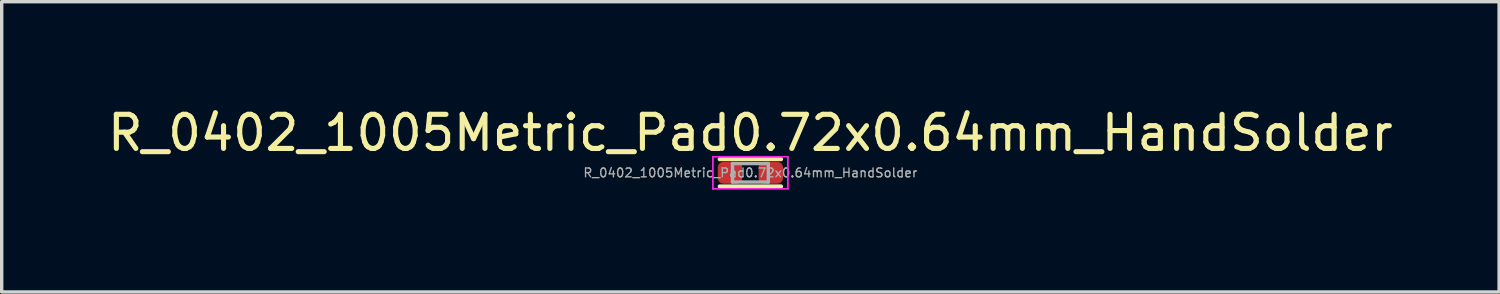
<source format=kicad_pcb>
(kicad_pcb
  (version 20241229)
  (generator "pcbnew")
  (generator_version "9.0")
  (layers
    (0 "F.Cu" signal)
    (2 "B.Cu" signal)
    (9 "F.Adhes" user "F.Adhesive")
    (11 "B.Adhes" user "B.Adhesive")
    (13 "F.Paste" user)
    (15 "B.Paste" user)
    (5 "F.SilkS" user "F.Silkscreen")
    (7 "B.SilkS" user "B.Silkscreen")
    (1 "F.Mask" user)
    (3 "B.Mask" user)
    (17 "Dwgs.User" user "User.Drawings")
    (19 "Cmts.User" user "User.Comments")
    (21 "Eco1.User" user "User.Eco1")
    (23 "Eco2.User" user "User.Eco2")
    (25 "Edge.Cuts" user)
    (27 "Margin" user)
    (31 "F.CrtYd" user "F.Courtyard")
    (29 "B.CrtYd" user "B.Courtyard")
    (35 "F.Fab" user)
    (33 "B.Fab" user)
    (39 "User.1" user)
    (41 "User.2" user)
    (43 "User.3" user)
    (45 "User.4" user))
  (footprint "R_0402_1005Metric_Pad0.72x0.64mm_HandSolder"
    (layer "F.Cu")
    (at 18.958 2.018)
    (property "Reference" "R_0402_1005Metric_Pad0.72x0.64mm_HandSolder" (at 0 -1.17 0) (layer "F.SilkS") (effects (font (size 1 1) (thickness 0.15))))
    (attr smd)
    (fp_line (start -0.9 -0.4) (end 0.9 -0.4) (stroke (width 0.12) (type solid)) (layer "F.SilkS"))
    (fp_line (start -0.9 0.4) (end 0.9 0.4) (stroke (width 0.12) (type solid)) (layer "F.SilkS"))
    (fp_line (start -1.1 -0.47) (end 1.1 -0.47) (stroke (width 0.05) (type solid)) (layer "F.CrtYd"))
    (fp_line (start -1.1 0.47) (end -1.1 -0.47) (stroke (width 0.05) (type solid)) (layer "F.CrtYd"))
    (fp_line (start 1.1 -0.47) (end 1.1 0.47) (stroke (width 0.05) (type solid)) (layer "F.CrtYd"))
    (fp_line (start 1.1 0.47) (end -1.1 0.47) (stroke (width 0.05) (type solid)) (layer "F.CrtYd"))
    (fp_line (start -0.525 -0.27) (end 0.525 -0.27) (stroke (width 0.1) (type solid)) (layer "F.Fab"))
    (fp_line (start -0.525 0.27) (end -0.525 -0.27) (stroke (width 0.1) (type solid)) (layer "F.Fab"))
    (fp_line (start 0.525 -0.27) (end 0.525 0.27) (stroke (width 0.1) (type solid)) (layer "F.Fab"))
    (fp_line (start 0.525 0.27) (end -0.525 0.27) (stroke (width 0.1) (type solid)) (layer "F.Fab"))
    (fp_text user "${REFERENCE}" (at 0 0 0) (layer "F.Fab") (effects (font (size 0.26 0.26) (thickness 0.04))))
    (pad "1" smd roundrect (at -0.598 0) (size 0.715 0.64) (layers "F.Cu" "F.Mask" "F.Paste") (roundrect_rratio 0.25))
    (pad "2" smd roundrect (at 0.598 0) (size 0.715 0.64) (layers "F.Cu" "F.Mask" "F.Paste") (roundrect_rratio 0.25)))
  (gr_rect
    (start -3 -3)
    (end 40.917 5.513)
    (stroke (width 0.1) (type default))
    (fill no)
    (layer "Edge.Cuts")))
</source>
